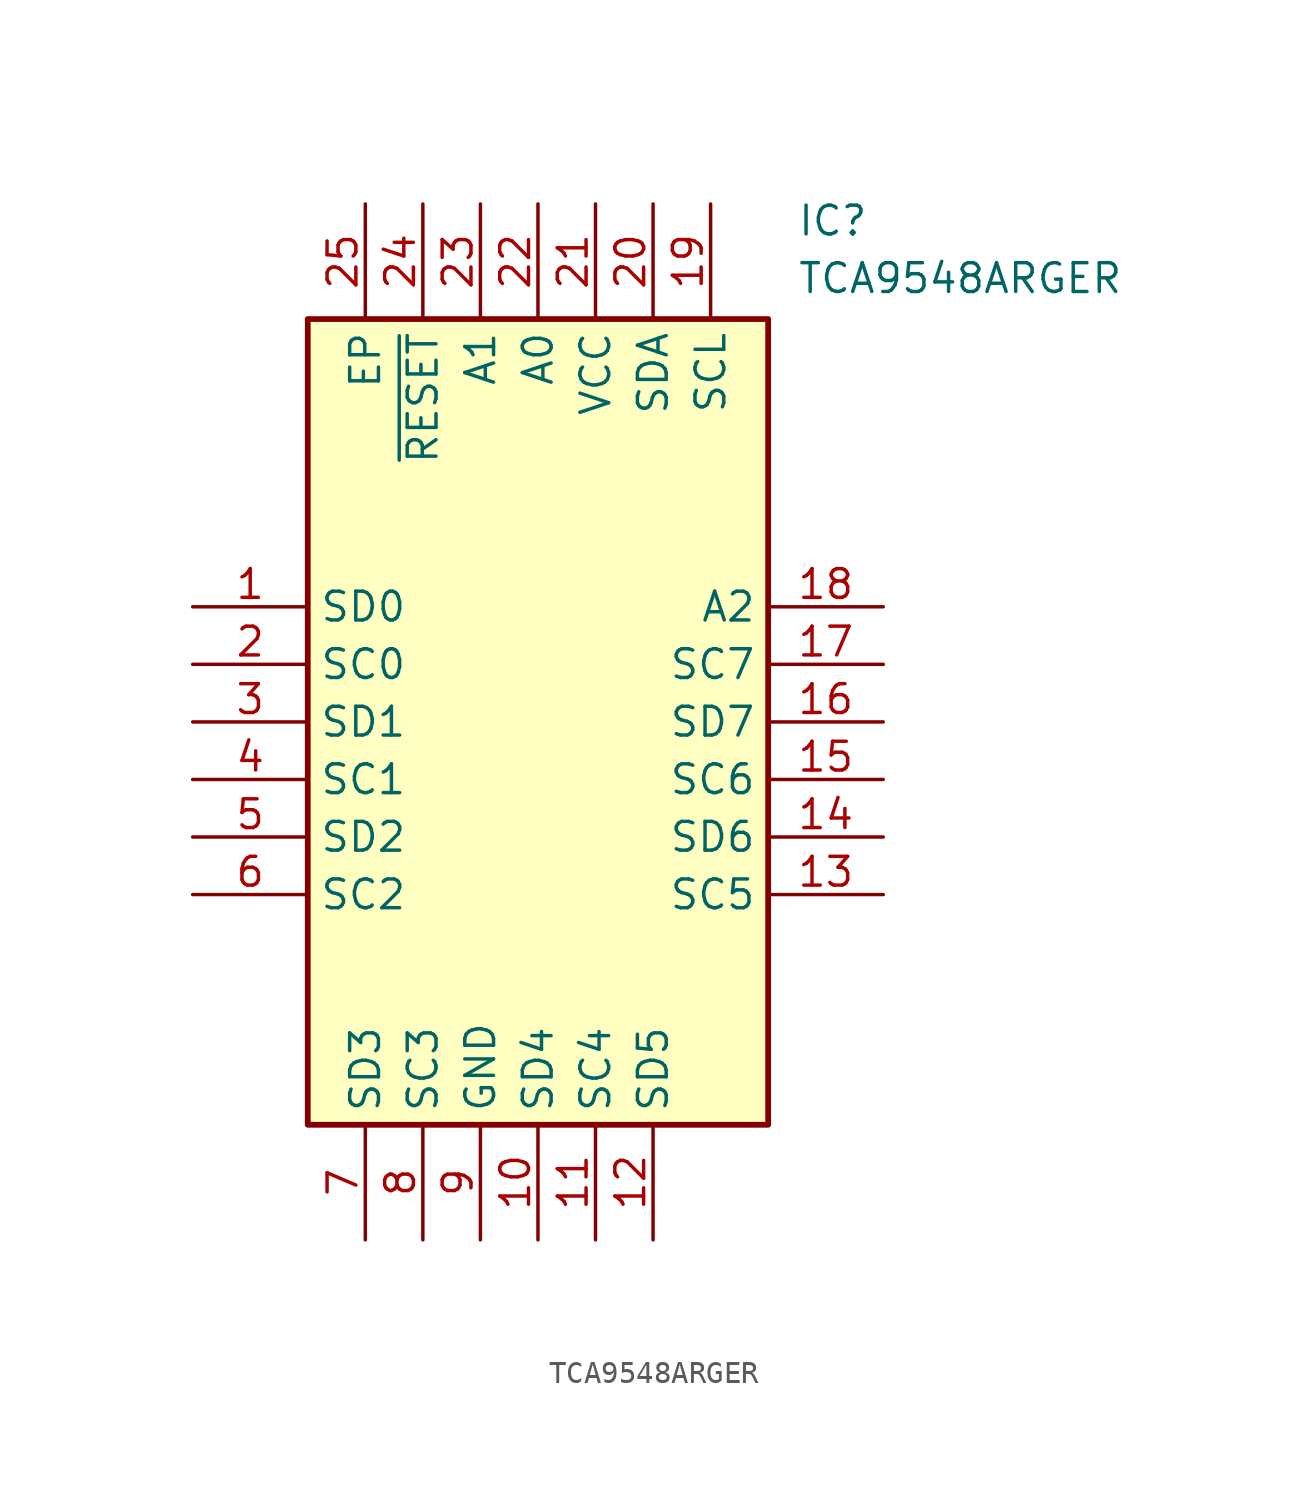
<source format=kicad_sym>
(kicad_symbol_lib
  (version 20231120)
  (generator "kicad_symbol_editor")
  (generator_version "8.0")
  (symbol "TCA9548ARGER"
    (property "Reference" "IC"
      (at 26.67 17.78 0)
      (effects (font (size 1.27 1.27)) (justify left top)))
    (property "Value" "TCA9548ARGER"
      (at 26.67 15.24 0)
      (effects (font (size 1.27 1.27)) (justify left top)))
    (symbol "TCA9548ARGER_1_1"
      (rectangle (start 5.08 12.7) (end 25.4 -22.86) (stroke (width 0.254) (type default)) (fill (type background)))
      (pin passive line (at 0 0 0) (length 5.08) (name "SD0" (effects (font (size 1.27 1.27)))) (number "1" (effects (font (size 1.27 1.27)))))
      (pin passive line (at 15.24 -27.94 90) (length 5.08) (name "SD4" (effects (font (size 1.27 1.27)))) (number "10" (effects (font (size 1.27 1.27)))))
      (pin passive line (at 17.78 -27.94 90) (length 5.08) (name "SC4" (effects (font (size 1.27 1.27)))) (number "11" (effects (font (size 1.27 1.27)))))
      (pin passive line (at 20.32 -27.94 90) (length 5.08) (name "SD5" (effects (font (size 1.27 1.27)))) (number "12" (effects (font (size 1.27 1.27)))))
      (pin passive line (at 30.48 -12.7 180) (length 5.08) (name "SC5" (effects (font (size 1.27 1.27)))) (number "13" (effects (font (size 1.27 1.27)))))
      (pin passive line (at 30.48 -10.16 180) (length 5.08) (name "SD6" (effects (font (size 1.27 1.27)))) (number "14" (effects (font (size 1.27 1.27)))))
      (pin passive line (at 30.48 -7.62 180) (length 5.08) (name "SC6" (effects (font (size 1.27 1.27)))) (number "15" (effects (font (size 1.27 1.27)))))
      (pin passive line (at 30.48 -5.08 180) (length 5.08) (name "SD7" (effects (font (size 1.27 1.27)))) (number "16" (effects (font (size 1.27 1.27)))))
      (pin passive line (at 30.48 -2.54 180) (length 5.08) (name "SC7" (effects (font (size 1.27 1.27)))) (number "17" (effects (font (size 1.27 1.27)))))
      (pin passive line (at 30.48 0 180) (length 5.08) (name "A2" (effects (font (size 1.27 1.27)))) (number "18" (effects (font (size 1.27 1.27)))))
      (pin passive line (at 22.86 17.78 270) (length 5.08) (name "SCL" (effects (font (size 1.27 1.27)))) (number "19" (effects (font (size 1.27 1.27)))))
      (pin passive line (at 0 -2.54 0) (length 5.08) (name "SC0" (effects (font (size 1.27 1.27)))) (number "2" (effects (font (size 1.27 1.27)))))
      (pin passive line (at 20.32 17.78 270) (length 5.08) (name "SDA" (effects (font (size 1.27 1.27)))) (number "20" (effects (font (size 1.27 1.27)))))
      (pin passive line (at 17.78 17.78 270) (length 5.08) (name "VCC" (effects (font (size 1.27 1.27)))) (number "21" (effects (font (size 1.27 1.27)))))
      (pin passive line (at 15.24 17.78 270) (length 5.08) (name "A0" (effects (font (size 1.27 1.27)))) (number "22" (effects (font (size 1.27 1.27)))))
      (pin passive line (at 12.7 17.78 270) (length 5.08) (name "A1" (effects (font (size 1.27 1.27)))) (number "23" (effects (font (size 1.27 1.27)))))
      (pin passive line (at 10.16 17.78 270) (length 5.08) (name "~{RESET}" (effects (font (size 1.27 1.27)))) (number "24" (effects (font (size 1.27 1.27)))))
      (pin passive line (at 7.62 17.78 270) (length 5.08) (name "EP" (effects (font (size 1.27 1.27)))) (number "25" (effects (font (size 1.27 1.27)))))
      (pin passive line (at 0 -5.08 0) (length 5.08) (name "SD1" (effects (font (size 1.27 1.27)))) (number "3" (effects (font (size 1.27 1.27)))))
      (pin passive line (at 0 -7.62 0) (length 5.08) (name "SC1" (effects (font (size 1.27 1.27)))) (number "4" (effects (font (size 1.27 1.27)))))
      (pin passive line (at 0 -10.16 0) (length 5.08) (name "SD2" (effects (font (size 1.27 1.27)))) (number "5" (effects (font (size 1.27 1.27)))))
      (pin passive line (at 0 -12.7 0) (length 5.08) (name "SC2" (effects (font (size 1.27 1.27)))) (number "6" (effects (font (size 1.27 1.27)))))
      (pin passive line (at 7.62 -27.94 90) (length 5.08) (name "SD3" (effects (font (size 1.27 1.27)))) (number "7" (effects (font (size 1.27 1.27)))))
      (pin passive line (at 10.16 -27.94 90) (length 5.08) (name "SC3" (effects (font (size 1.27 1.27)))) (number "8" (effects (font (size 1.27 1.27)))))
      (pin passive line (at 12.7 -27.94 90) (length 5.08) (name "GND" (effects (font (size 1.27 1.27)))) (number "9" (effects (font (size 1.27 1.27))))))))
</source>
